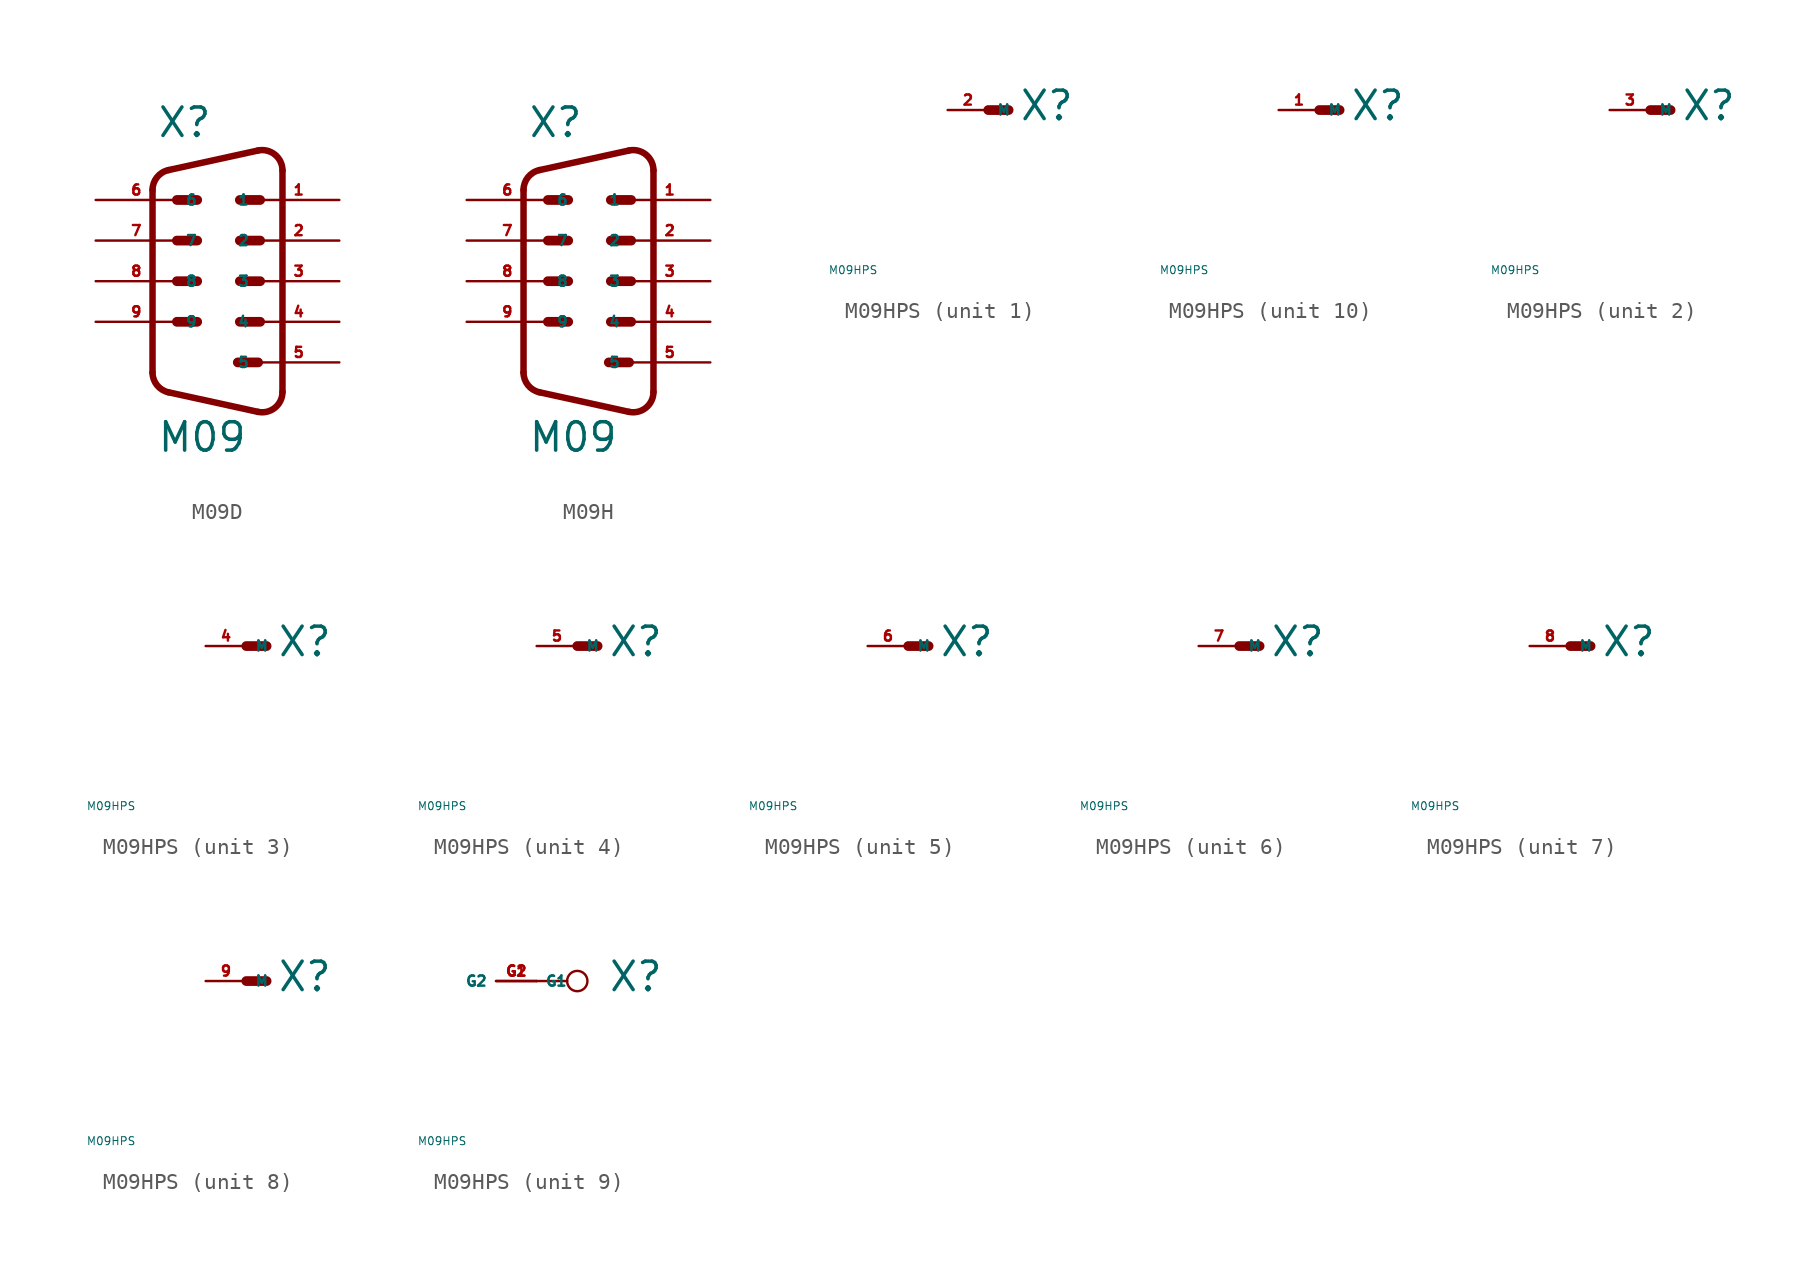
<source format=kicad_sym>
(kicad_symbol_lib
  (version 20220914)
  (generator Eagle2Kicad)
  (symbol "M09D"
    (property "Reference" "X"
      (at -3.81 8.89 0)
      (effects (font (size 1.778 1.778) (thickness 0.22)) (justify left bottom)))
    (property "Value" "M09"
      (at -3.81 -10.795 0)
      (effects (font (size 1.778 1.778) (thickness 0.22)) (justify left bottom)))
    (polyline
      (pts (xy -2.54 5.08) (xy -1.27 5.08))
      (stroke (width 0.61) (type default))
      (fill (type none)))
    (polyline
      (pts (xy -2.54 2.54) (xy -1.27 2.54))
      (stroke (width 0.61) (type default))
      (fill (type none)))
    (polyline
      (pts (xy 1.397 5.08) (xy 2.667 5.08))
      (stroke (width 0.61) (type default))
      (fill (type none)))
    (polyline
      (pts (xy 1.397 2.54) (xy 2.667 2.54))
      (stroke (width 0.61) (type default))
      (fill (type none)))
    (polyline
      (pts (xy -2.54 0) (xy -1.27 0))
      (stroke (width 0.61) (type default))
      (fill (type none)))
    (polyline
      (pts (xy -2.54 -2.54) (xy -1.27 -2.54))
      (stroke (width 0.61) (type default))
      (fill (type none)))
    (polyline
      (pts (xy 1.397 0) (xy 2.667 0))
      (stroke (width 0.61) (type default))
      (fill (type none)))
    (polyline
      (pts (xy 1.397 -2.54) (xy 2.667 -2.54))
      (stroke (width 0.61) (type default))
      (fill (type none)))
    (polyline
      (pts (xy 1.27 -5.08) (xy 2.54 -5.08))
      (stroke (width 0.61) (type default))
      (fill (type none)))
    (arc
      (start 2.5226 -8.1718)
      (mid 3.590 -7.920)
      (end 4.0637 -6.9312)
      (stroke (width 0.4064) (type default))
      (fill (type none)))
    (polyline
      (pts (xy 2.523 -8.172) (xy -3.065 -6.949))
      (stroke (width 0.406) (type default))
      (fill (type none)))
    (arc
      (start -4.064 -5.7088)
      (mid -3.783 -6.505)
      (end -3.0654 -6.9494)
      (stroke (width 0.4064) (type default))
      (fill (type none)))
    (polyline
      (pts (xy -4.064 5.709) (xy -4.064 -5.709))
      (stroke (width 0.406) (type default))
      (fill (type none)))
    (arc
      (start -3.0654 6.9494)
      (mid -3.783 6.505)
      (end -4.064 5.7088)
      (stroke (width 0.4064) (type default))
      (fill (type none)))
    (polyline
      (pts (xy 4.064 6.931) (xy 4.064 -6.931))
      (stroke (width 0.406) (type default))
      (fill (type none)))
    (polyline
      (pts (xy 2.523 8.172) (xy -3.065 6.949))
      (stroke (width 0.406) (type default))
      (fill (type none)))
    (arc
      (start 4.064 6.9312)
      (mid 3.590 7.921)
      (end 2.5226 8.1719)
      (stroke (width 0.4064) (type default))
      (fill (type none)))
    (pin passive line
      (at 7.62 5.08 180)
      (length 5.08)
      (name "1" (effects (font (size 0.635 0.635) (thickness 0.08)) (justify left bottom)))
      (number "1" (effects (font (size 0.635 0.635) (thickness 0.08)) (justify left bottom))))
    (pin passive line
      (at -7.62 5.08 0)
      (length 5.08)
      (name "6" (effects (font (size 0.635 0.635) (thickness 0.08)) (justify left bottom)))
      (number "6" (effects (font (size 0.635 0.635) (thickness 0.08)) (justify left bottom))))
    (pin passive line
      (at 7.62 2.54 180)
      (length 5.08)
      (name "2" (effects (font (size 0.635 0.635) (thickness 0.08)) (justify left bottom)))
      (number "2" (effects (font (size 0.635 0.635) (thickness 0.08)) (justify left bottom))))
    (pin passive line
      (at -7.62 2.54 0)
      (length 5.08)
      (name "7" (effects (font (size 0.635 0.635) (thickness 0.08)) (justify left bottom)))
      (number "7" (effects (font (size 0.635 0.635) (thickness 0.08)) (justify left bottom))))
    (pin passive line
      (at 7.62 0 180)
      (length 5.08)
      (name "3" (effects (font (size 0.635 0.635) (thickness 0.08)) (justify left bottom)))
      (number "3" (effects (font (size 0.635 0.635) (thickness 0.08)) (justify left bottom))))
    (pin passive line
      (at -7.62 0 0)
      (length 5.08)
      (name "8" (effects (font (size 0.635 0.635) (thickness 0.08)) (justify left bottom)))
      (number "8" (effects (font (size 0.635 0.635) (thickness 0.08)) (justify left bottom))))
    (pin passive line
      (at 7.62 -2.54 180)
      (length 5.08)
      (name "4" (effects (font (size 0.635 0.635) (thickness 0.08)) (justify left bottom)))
      (number "4" (effects (font (size 0.635 0.635) (thickness 0.08)) (justify left bottom))))
    (pin passive line
      (at -7.62 -2.54 0)
      (length 5.08)
      (name "9" (effects (font (size 0.635 0.635) (thickness 0.08)) (justify left bottom)))
      (number "9" (effects (font (size 0.635 0.635) (thickness 0.08)) (justify left bottom))))
    (pin passive line
      (at 7.62 -5.08 180)
      (length 5.08)
      (name "5" (effects (font (size 0.635 0.635) (thickness 0.08)) (justify left bottom)))
      (number "5" (effects (font (size 0.635 0.635) (thickness 0.08)) (justify left bottom)))))
  (symbol "M09H"
    (property "Reference" "X"
      (at -3.81 8.89 0)
      (effects (font (size 1.778 1.778) (thickness 0.22)) (justify left bottom)))
    (property "Value" "M09"
      (at -3.81 -10.795 0)
      (effects (font (size 1.778 1.778) (thickness 0.22)) (justify left bottom)))
    (polyline
      (pts (xy -2.54 5.08) (xy -1.27 5.08))
      (stroke (width 0.61) (type default))
      (fill (type none)))
    (polyline
      (pts (xy -2.54 2.54) (xy -1.27 2.54))
      (stroke (width 0.61) (type default))
      (fill (type none)))
    (polyline
      (pts (xy 1.397 5.08) (xy 2.667 5.08))
      (stroke (width 0.61) (type default))
      (fill (type none)))
    (polyline
      (pts (xy 1.397 2.54) (xy 2.667 2.54))
      (stroke (width 0.61) (type default))
      (fill (type none)))
    (polyline
      (pts (xy -2.54 0) (xy -1.27 0))
      (stroke (width 0.61) (type default))
      (fill (type none)))
    (polyline
      (pts (xy -2.54 -2.54) (xy -1.27 -2.54))
      (stroke (width 0.61) (type default))
      (fill (type none)))
    (polyline
      (pts (xy 1.397 0) (xy 2.667 0))
      (stroke (width 0.61) (type default))
      (fill (type none)))
    (polyline
      (pts (xy 1.397 -2.54) (xy 2.667 -2.54))
      (stroke (width 0.61) (type default))
      (fill (type none)))
    (polyline
      (pts (xy 1.27 -5.08) (xy 2.54 -5.08))
      (stroke (width 0.61) (type default))
      (fill (type none)))
    (arc
      (start 2.5226 -8.1718)
      (mid 3.590 -7.920)
      (end 4.0637 -6.9312)
      (stroke (width 0.4064) (type default))
      (fill (type none)))
    (polyline
      (pts (xy 2.523 -8.172) (xy -3.065 -6.949))
      (stroke (width 0.406) (type default))
      (fill (type none)))
    (arc
      (start -4.064 -5.7088)
      (mid -3.783 -6.505)
      (end -3.0654 -6.9494)
      (stroke (width 0.4064) (type default))
      (fill (type none)))
    (polyline
      (pts (xy -4.064 5.709) (xy -4.064 -5.709))
      (stroke (width 0.406) (type default))
      (fill (type none)))
    (arc
      (start -3.0654 6.9494)
      (mid -3.783 6.505)
      (end -4.064 5.7088)
      (stroke (width 0.4064) (type default))
      (fill (type none)))
    (polyline
      (pts (xy 4.064 6.931) (xy 4.064 -6.931))
      (stroke (width 0.406) (type default))
      (fill (type none)))
    (polyline
      (pts (xy 2.523 8.172) (xy -3.065 6.949))
      (stroke (width 0.406) (type default))
      (fill (type none)))
    (arc
      (start 4.064 6.9312)
      (mid 3.590 7.921)
      (end 2.5226 8.1719)
      (stroke (width 0.4064) (type default))
      (fill (type none)))
    (pin passive line
      (at 7.62 5.08 180)
      (length 5.08)
      (name "1" (effects (font (size 0.635 0.635) (thickness 0.08)) (justify left bottom)))
      (number "1" (effects (font (size 0.635 0.635) (thickness 0.08)) (justify left bottom))))
    (pin passive line
      (at -7.62 5.08 0)
      (length 5.08)
      (name "6" (effects (font (size 0.635 0.635) (thickness 0.08)) (justify left bottom)))
      (number "6" (effects (font (size 0.635 0.635) (thickness 0.08)) (justify left bottom))))
    (pin passive line
      (at 7.62 2.54 180)
      (length 5.08)
      (name "2" (effects (font (size 0.635 0.635) (thickness 0.08)) (justify left bottom)))
      (number "2" (effects (font (size 0.635 0.635) (thickness 0.08)) (justify left bottom))))
    (pin passive line
      (at -7.62 2.54 0)
      (length 5.08)
      (name "7" (effects (font (size 0.635 0.635) (thickness 0.08)) (justify left bottom)))
      (number "7" (effects (font (size 0.635 0.635) (thickness 0.08)) (justify left bottom))))
    (pin passive line
      (at 7.62 0 180)
      (length 5.08)
      (name "3" (effects (font (size 0.635 0.635) (thickness 0.08)) (justify left bottom)))
      (number "3" (effects (font (size 0.635 0.635) (thickness 0.08)) (justify left bottom))))
    (pin passive line
      (at -7.62 0 0)
      (length 5.08)
      (name "8" (effects (font (size 0.635 0.635) (thickness 0.08)) (justify left bottom)))
      (number "8" (effects (font (size 0.635 0.635) (thickness 0.08)) (justify left bottom))))
    (pin passive line
      (at 7.62 -2.54 180)
      (length 5.08)
      (name "4" (effects (font (size 0.635 0.635) (thickness 0.08)) (justify left bottom)))
      (number "4" (effects (font (size 0.635 0.635) (thickness 0.08)) (justify left bottom))))
    (pin passive line
      (at -7.62 -2.54 0)
      (length 5.08)
      (name "9" (effects (font (size 0.635 0.635) (thickness 0.08)) (justify left bottom)))
      (number "9" (effects (font (size 0.635 0.635) (thickness 0.08)) (justify left bottom))))
    (pin passive line
      (at 7.62 -5.08 180)
      (length 5.08)
      (name "5" (effects (font (size 0.635 0.635) (thickness 0.08)) (justify left bottom)))
      (number "5" (effects (font (size 0.635 0.635) (thickness 0.08)) (justify left bottom)))))
  (symbol "M09HPS"
    (property "Reference" "X"
      (at 1.905 -0.762 0)
      (effects (font (size 1.778 1.778) (thickness 0.22)) (justify left bottom)))
    (property "Value" "M09HPS"
      (at -10 -10 0)
      (effects (font (size 0.5 0.5) (thickness 0.06)) (justify left)))
    (symbol "M09HPS_1_0"
      (polyline (pts (xy 0 0) (xy 1.27 0)) (stroke (width 0.61) (type default)) (fill (type none)))
      (pin passive line (at -2.54 0 0) (length 2.54) (name "M" (effects (font (size 0.635 0.635) (thickness 0.08)) (justify left bottom))) (number "2" (effects (font (size 0.635 0.635) (thickness 0.08)) (justify left bottom)))))
    (symbol "M09HPS_2_0"
      (polyline (pts (xy 0 0) (xy 1.27 0)) (stroke (width 0.61) (type default)) (fill (type none)))
      (pin passive line (at -2.54 0 0) (length 2.54) (name "M" (effects (font (size 0.635 0.635) (thickness 0.08)) (justify left bottom))) (number "3" (effects (font (size 0.635 0.635) (thickness 0.08)) (justify left bottom)))))
    (symbol "M09HPS_3_0"
      (polyline (pts (xy 0 0) (xy 1.27 0)) (stroke (width 0.61) (type default)) (fill (type none)))
      (pin passive line (at -2.54 0 0) (length 2.54) (name "M" (effects (font (size 0.635 0.635) (thickness 0.08)) (justify left bottom))) (number "4" (effects (font (size 0.635 0.635) (thickness 0.08)) (justify left bottom)))))
    (symbol "M09HPS_4_0"
      (polyline (pts (xy 0 0) (xy 1.27 0)) (stroke (width 0.61) (type default)) (fill (type none)))
      (pin passive line (at -2.54 0 0) (length 2.54) (name "M" (effects (font (size 0.635 0.635) (thickness 0.08)) (justify left bottom))) (number "5" (effects (font (size 0.635 0.635) (thickness 0.08)) (justify left bottom)))))
    (symbol "M09HPS_5_0"
      (polyline (pts (xy 0 0) (xy 1.27 0)) (stroke (width 0.61) (type default)) (fill (type none)))
      (pin passive line (at -2.54 0 0) (length 2.54) (name "M" (effects (font (size 0.635 0.635) (thickness 0.08)) (justify left bottom))) (number "6" (effects (font (size 0.635 0.635) (thickness 0.08)) (justify left bottom)))))
    (symbol "M09HPS_6_0"
      (polyline (pts (xy 0 0) (xy 1.27 0)) (stroke (width 0.61) (type default)) (fill (type none)))
      (pin passive line (at -2.54 0 0) (length 2.54) (name "M" (effects (font (size 0.635 0.635) (thickness 0.08)) (justify left bottom))) (number "7" (effects (font (size 0.635 0.635) (thickness 0.08)) (justify left bottom)))))
    (symbol "M09HPS_7_0"
      (polyline (pts (xy 0 0) (xy 1.27 0)) (stroke (width 0.61) (type default)) (fill (type none)))
      (pin passive line (at -2.54 0 0) (length 2.54) (name "M" (effects (font (size 0.635 0.635) (thickness 0.08)) (justify left bottom))) (number "8" (effects (font (size 0.635 0.635) (thickness 0.08)) (justify left bottom)))))
    (symbol "M09HPS_8_0"
      (polyline (pts (xy 0 0) (xy 1.27 0)) (stroke (width 0.61) (type default)) (fill (type none)))
      (pin passive line (at -2.54 0 0) (length 2.54) (name "M" (effects (font (size 0.635 0.635) (thickness 0.08)) (justify left bottom))) (number "9" (effects (font (size 0.635 0.635) (thickness 0.08)) (justify left bottom)))))
    (symbol "M09HPS_9_0"
      (polyline (pts (xy -2.54 0) (xy -0.635 0)) (stroke (width 0.152) (type default)) (fill (type none)))
      (circle (center 0 0) (radius 0.635) (stroke (width 0.152) (type default)) (fill (type none)))
      (pin passive line (at -5.08 0 0) (length 2.54) (name "G1" (effects (font (size 0.635 0.635) (thickness 0.08)) (justify left bottom))) (number "G1" (effects (font (size 0.635 0.635) (thickness 0.08)) (justify left bottom))))
      (pin passive line (at -2.54 0 180) (length 2.54) (name "G2" (effects (font (size 0.635 0.635) (thickness 0.08)) (justify left bottom))) (number "G2" (effects (font (size 0.635 0.635) (thickness 0.08)) (justify left bottom)))))
    (symbol "M09HPS_10_0"
      (polyline (pts (xy 0 0) (xy 1.27 0)) (stroke (width 0.61) (type default)) (fill (type none)))
      (pin passive line (at -2.54 0 0) (length 2.54) (name "M" (effects (font (size 0.635 0.635) (thickness 0.08)) (justify left bottom))) (number "1" (effects (font (size 0.635 0.635) (thickness 0.08)) (justify left bottom)))))))
</source>
